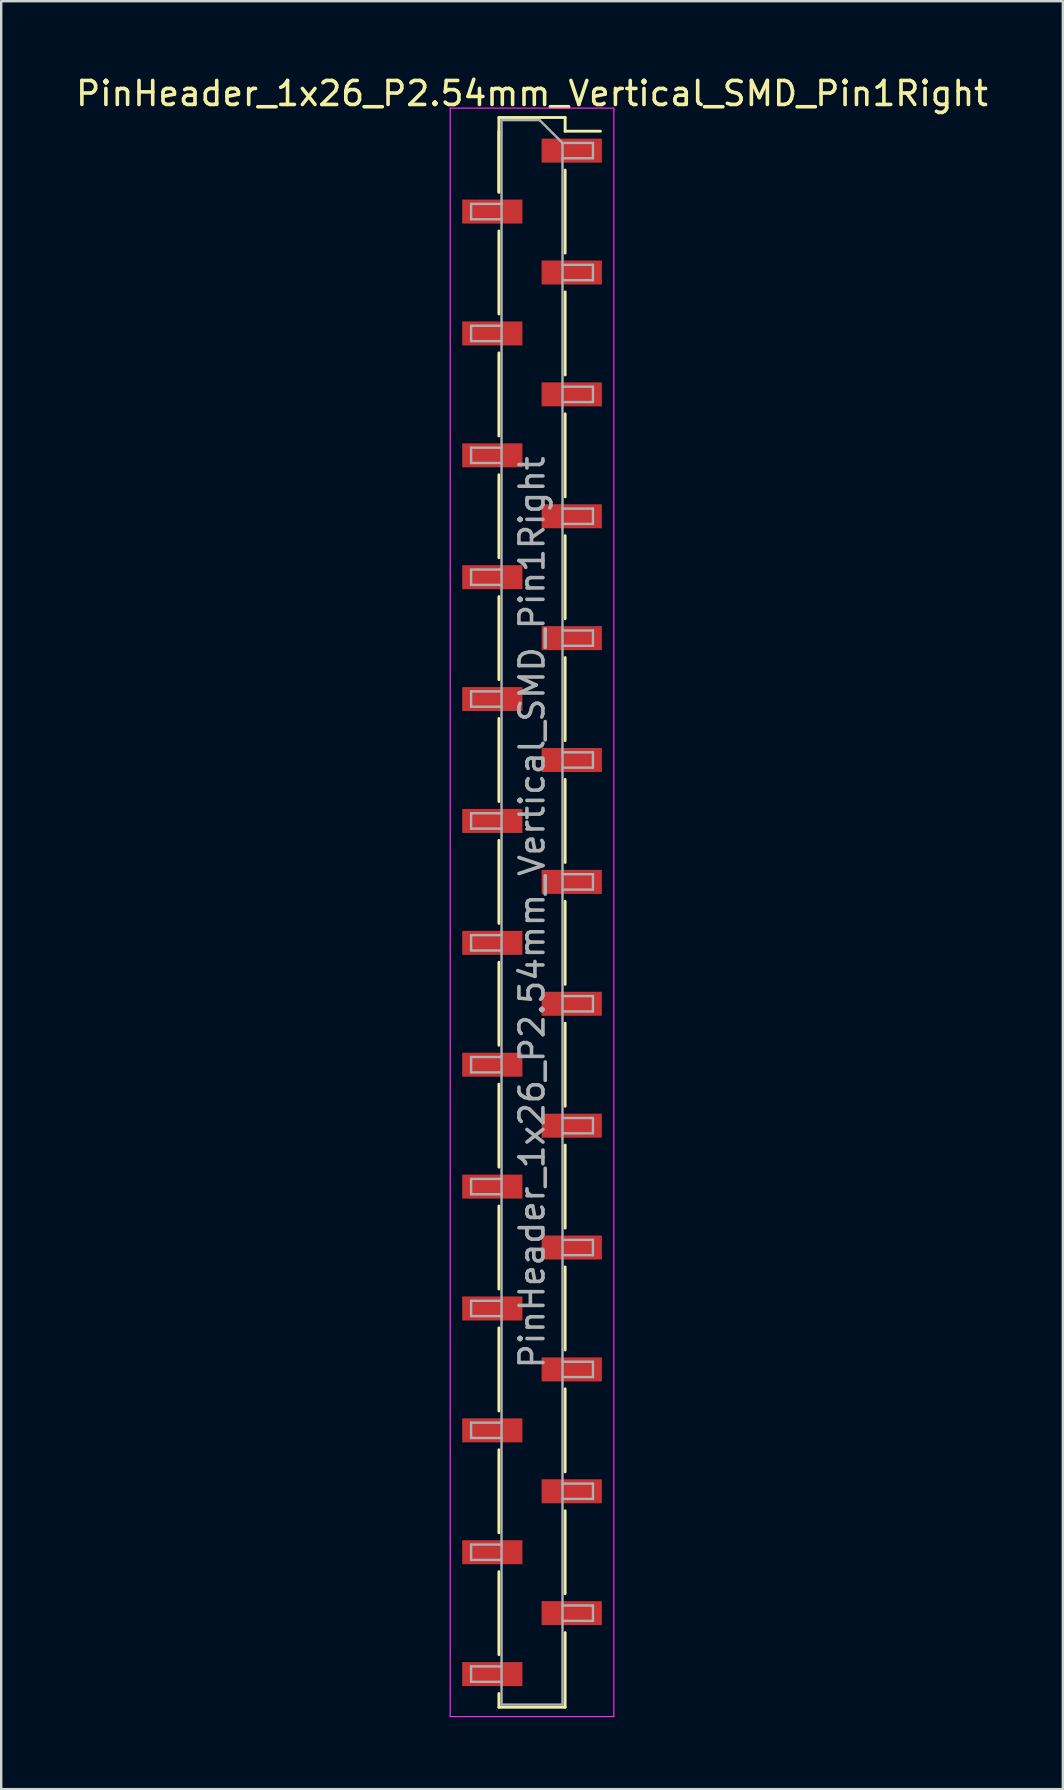
<source format=kicad_pcb>
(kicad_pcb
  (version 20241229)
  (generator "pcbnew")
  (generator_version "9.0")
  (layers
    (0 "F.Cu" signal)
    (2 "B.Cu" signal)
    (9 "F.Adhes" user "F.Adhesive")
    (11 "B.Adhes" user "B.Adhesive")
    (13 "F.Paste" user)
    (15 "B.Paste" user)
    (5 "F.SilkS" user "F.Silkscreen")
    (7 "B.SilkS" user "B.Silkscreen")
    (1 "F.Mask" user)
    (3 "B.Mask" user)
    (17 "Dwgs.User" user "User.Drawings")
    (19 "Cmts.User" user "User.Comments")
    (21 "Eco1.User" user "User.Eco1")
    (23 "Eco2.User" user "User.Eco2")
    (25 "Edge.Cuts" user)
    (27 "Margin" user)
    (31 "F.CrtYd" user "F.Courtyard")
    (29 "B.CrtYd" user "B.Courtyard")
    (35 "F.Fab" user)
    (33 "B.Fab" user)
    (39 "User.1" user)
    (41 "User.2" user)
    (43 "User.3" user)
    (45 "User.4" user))
  (footprint "PinHeader_1x26_P2.54mm_Vertical_SMD_Pin1Right"
    (layer "F.Cu")
    (at 19.125 34.978)
    (property "Reference" "PinHeader_1x26_P2.54mm_Vertical_SMD_Pin1Right" (at 0 -34.13 0) (layer "F.SilkS") (effects (font (size 1 1) (thickness 0.15))))
    (attr smd)
    (fp_line (start -1.38 -33.13) (end -1.38 -30.02) (stroke (width 0.12) (type solid)) (layer "F.SilkS"))
    (fp_line (start -1.38 -33.13) (end 1.38 -33.13) (stroke (width 0.12) (type solid)) (layer "F.SilkS"))
    (fp_line (start -1.38 -32.56) (end -1.38 -30.02) (stroke (width 0.12) (type solid)) (layer "F.SilkS"))
    (fp_line (start -1.38 -28.4) (end -1.38 -24.94) (stroke (width 0.12) (type solid)) (layer "F.SilkS"))
    (fp_line (start -1.38 -23.32) (end -1.38 -19.86) (stroke (width 0.12) (type solid)) (layer "F.SilkS"))
    (fp_line (start -1.38 -18.24) (end -1.38 -14.78) (stroke (width 0.12) (type solid)) (layer "F.SilkS"))
    (fp_line (start -1.38 -13.16) (end -1.38 -9.7) (stroke (width 0.12) (type solid)) (layer "F.SilkS"))
    (fp_line (start -1.38 -8.08) (end -1.38 -4.62) (stroke (width 0.12) (type solid)) (layer "F.SilkS"))
    (fp_line (start -1.38 -3) (end -1.38 0.46) (stroke (width 0.12) (type solid)) (layer "F.SilkS"))
    (fp_line (start -1.38 2.08) (end -1.38 5.54) (stroke (width 0.12) (type solid)) (layer "F.SilkS"))
    (fp_line (start -1.38 7.16) (end -1.38 10.62) (stroke (width 0.12) (type solid)) (layer "F.SilkS"))
    (fp_line (start -1.38 12.24) (end -1.38 15.7) (stroke (width 0.12) (type solid)) (layer "F.SilkS"))
    (fp_line (start -1.38 17.32) (end -1.38 20.78) (stroke (width 0.12) (type solid)) (layer "F.SilkS"))
    (fp_line (start -1.38 22.4) (end -1.38 25.86) (stroke (width 0.12) (type solid)) (layer "F.SilkS"))
    (fp_line (start -1.38 27.48) (end -1.38 30.94) (stroke (width 0.12) (type solid)) (layer "F.SilkS"))
    (fp_line (start -1.38 32.56) (end -1.38 33.13) (stroke (width 0.12) (type solid)) (layer "F.SilkS"))
    (fp_line (start -1.38 33.13) (end 1.38 33.13) (stroke (width 0.12) (type solid)) (layer "F.SilkS"))
    (fp_line (start 1.38 -33.13) (end 1.38 -32.56) (stroke (width 0.12) (type solid)) (layer "F.SilkS"))
    (fp_line (start 1.38 -32.56) (end 2.85 -32.56) (stroke (width 0.12) (type solid)) (layer "F.SilkS"))
    (fp_line (start 1.38 -30.94) (end 1.38 -27.48) (stroke (width 0.12) (type solid)) (layer "F.SilkS"))
    (fp_line (start 1.38 -25.86) (end 1.38 -22.4) (stroke (width 0.12) (type solid)) (layer "F.SilkS"))
    (fp_line (start 1.38 -20.78) (end 1.38 -17.32) (stroke (width 0.12) (type solid)) (layer "F.SilkS"))
    (fp_line (start 1.38 -15.7) (end 1.38 -12.24) (stroke (width 0.12) (type solid)) (layer "F.SilkS"))
    (fp_line (start 1.38 -10.62) (end 1.38 -7.16) (stroke (width 0.12) (type solid)) (layer "F.SilkS"))
    (fp_line (start 1.38 -5.54) (end 1.38 -2.08) (stroke (width 0.12) (type solid)) (layer "F.SilkS"))
    (fp_line (start 1.38 -0.46) (end 1.38 3) (stroke (width 0.12) (type solid)) (layer "F.SilkS"))
    (fp_line (start 1.38 4.62) (end 1.38 8.08) (stroke (width 0.12) (type solid)) (layer "F.SilkS"))
    (fp_line (start 1.38 9.7) (end 1.38 13.16) (stroke (width 0.12) (type solid)) (layer "F.SilkS"))
    (fp_line (start 1.38 14.78) (end 1.38 18.24) (stroke (width 0.12) (type solid)) (layer "F.SilkS"))
    (fp_line (start 1.38 19.86) (end 1.38 23.32) (stroke (width 0.12) (type solid)) (layer "F.SilkS"))
    (fp_line (start 1.38 24.94) (end 1.38 28.4) (stroke (width 0.12) (type solid)) (layer "F.SilkS"))
    (fp_line (start 1.38 30.02) (end 1.38 33.13) (stroke (width 0.12) (type solid)) (layer "F.SilkS"))
    (fp_line (start -3.41 -33.52) (end -3.41 33.52) (stroke (width 0.05) (type solid)) (layer "F.CrtYd"))
    (fp_line (start -3.41 33.52) (end 3.41 33.52) (stroke (width 0.05) (type solid)) (layer "F.CrtYd"))
    (fp_line (start 3.41 -33.52) (end -3.41 -33.52) (stroke (width 0.05) (type solid)) (layer "F.CrtYd"))
    (fp_line (start 3.41 33.52) (end 3.41 -33.52) (stroke (width 0.05) (type solid)) (layer "F.CrtYd"))
    (fp_line (start -2.54 -29.53) (end -2.54 -28.89) (stroke (width 0.1) (type solid)) (layer "F.Fab"))
    (fp_line (start -2.54 -28.89) (end -1.27 -28.89) (stroke (width 0.1) (type solid)) (layer "F.Fab"))
    (fp_line (start -2.54 -24.45) (end -2.54 -23.81) (stroke (width 0.1) (type solid)) (layer "F.Fab"))
    (fp_line (start -2.54 -23.81) (end -1.27 -23.81) (stroke (width 0.1) (type solid)) (layer "F.Fab"))
    (fp_line (start -2.54 -19.37) (end -2.54 -18.73) (stroke (width 0.1) (type solid)) (layer "F.Fab"))
    (fp_line (start -2.54 -18.73) (end -1.27 -18.73) (stroke (width 0.1) (type solid)) (layer "F.Fab"))
    (fp_line (start -2.54 -14.29) (end -2.54 -13.65) (stroke (width 0.1) (type solid)) (layer "F.Fab"))
    (fp_line (start -2.54 -13.65) (end -1.27 -13.65) (stroke (width 0.1) (type solid)) (layer "F.Fab"))
    (fp_line (start -2.54 -9.21) (end -2.54 -8.57) (stroke (width 0.1) (type solid)) (layer "F.Fab"))
    (fp_line (start -2.54 -8.57) (end -1.27 -8.57) (stroke (width 0.1) (type solid)) (layer "F.Fab"))
    (fp_line (start -2.54 -4.13) (end -2.54 -3.49) (stroke (width 0.1) (type solid)) (layer "F.Fab"))
    (fp_line (start -2.54 -3.49) (end -1.27 -3.49) (stroke (width 0.1) (type solid)) (layer "F.Fab"))
    (fp_line (start -2.54 0.95) (end -2.54 1.59) (stroke (width 0.1) (type solid)) (layer "F.Fab"))
    (fp_line (start -2.54 1.59) (end -1.27 1.59) (stroke (width 0.1) (type solid)) (layer "F.Fab"))
    (fp_line (start -2.54 6.03) (end -2.54 6.67) (stroke (width 0.1) (type solid)) (layer "F.Fab"))
    (fp_line (start -2.54 6.67) (end -1.27 6.67) (stroke (width 0.1) (type solid)) (layer "F.Fab"))
    (fp_line (start -2.54 11.11) (end -2.54 11.75) (stroke (width 0.1) (type solid)) (layer "F.Fab"))
    (fp_line (start -2.54 11.75) (end -1.27 11.75) (stroke (width 0.1) (type solid)) (layer "F.Fab"))
    (fp_line (start -2.54 16.19) (end -2.54 16.83) (stroke (width 0.1) (type solid)) (layer "F.Fab"))
    (fp_line (start -2.54 16.83) (end -1.27 16.83) (stroke (width 0.1) (type solid)) (layer "F.Fab"))
    (fp_line (start -2.54 21.27) (end -2.54 21.91) (stroke (width 0.1) (type solid)) (layer "F.Fab"))
    (fp_line (start -2.54 21.91) (end -1.27 21.91) (stroke (width 0.1) (type solid)) (layer "F.Fab"))
    (fp_line (start -2.54 26.35) (end -2.54 26.99) (stroke (width 0.1) (type solid)) (layer "F.Fab"))
    (fp_line (start -2.54 26.99) (end -1.27 26.99) (stroke (width 0.1) (type solid)) (layer "F.Fab"))
    (fp_line (start -2.54 31.43) (end -2.54 32.07) (stroke (width 0.1) (type solid)) (layer "F.Fab"))
    (fp_line (start -2.54 32.07) (end -1.27 32.07) (stroke (width 0.1) (type solid)) (layer "F.Fab"))
    (fp_line (start -1.27 -33.02) (end -1.27 33.02) (stroke (width 0.1) (type solid)) (layer "F.Fab"))
    (fp_line (start -1.27 -33.02) (end 0.32 -33.02) (stroke (width 0.1) (type solid)) (layer "F.Fab"))
    (fp_line (start -1.27 -29.53) (end -2.54 -29.53) (stroke (width 0.1) (type solid)) (layer "F.Fab"))
    (fp_line (start -1.27 -24.45) (end -2.54 -24.45) (stroke (width 0.1) (type solid)) (layer "F.Fab"))
    (fp_line (start -1.27 -19.37) (end -2.54 -19.37) (stroke (width 0.1) (type solid)) (layer "F.Fab"))
    (fp_line (start -1.27 -14.29) (end -2.54 -14.29) (stroke (width 0.1) (type solid)) (layer "F.Fab"))
    (fp_line (start -1.27 -9.21) (end -2.54 -9.21) (stroke (width 0.1) (type solid)) (layer "F.Fab"))
    (fp_line (start -1.27 -4.13) (end -2.54 -4.13) (stroke (width 0.1) (type solid)) (layer "F.Fab"))
    (fp_line (start -1.27 0.95) (end -2.54 0.95) (stroke (width 0.1) (type solid)) (layer "F.Fab"))
    (fp_line (start -1.27 6.03) (end -2.54 6.03) (stroke (width 0.1) (type solid)) (layer "F.Fab"))
    (fp_line (start -1.27 11.11) (end -2.54 11.11) (stroke (width 0.1) (type solid)) (layer "F.Fab"))
    (fp_line (start -1.27 16.19) (end -2.54 16.19) (stroke (width 0.1) (type solid)) (layer "F.Fab"))
    (fp_line (start -1.27 21.27) (end -2.54 21.27) (stroke (width 0.1) (type solid)) (layer "F.Fab"))
    (fp_line (start -1.27 26.35) (end -2.54 26.35) (stroke (width 0.1) (type solid)) (layer "F.Fab"))
    (fp_line (start -1.27 31.43) (end -2.54 31.43) (stroke (width 0.1) (type solid)) (layer "F.Fab"))
    (fp_line (start 1.27 -32.07) (end 0.32 -33.02) (stroke (width 0.1) (type solid)) (layer "F.Fab"))
    (fp_line (start 1.27 -32.07) (end 2.54 -32.07) (stroke (width 0.1) (type solid)) (layer "F.Fab"))
    (fp_line (start 1.27 -26.99) (end 2.54 -26.99) (stroke (width 0.1) (type solid)) (layer "F.Fab"))
    (fp_line (start 1.27 -21.91) (end 2.54 -21.91) (stroke (width 0.1) (type solid)) (layer "F.Fab"))
    (fp_line (start 1.27 -16.83) (end 2.54 -16.83) (stroke (width 0.1) (type solid)) (layer "F.Fab"))
    (fp_line (start 1.27 -11.75) (end 2.54 -11.75) (stroke (width 0.1) (type solid)) (layer "F.Fab"))
    (fp_line (start 1.27 -6.67) (end 2.54 -6.67) (stroke (width 0.1) (type solid)) (layer "F.Fab"))
    (fp_line (start 1.27 -1.59) (end 2.54 -1.59) (stroke (width 0.1) (type solid)) (layer "F.Fab"))
    (fp_line (start 1.27 3.49) (end 2.54 3.49) (stroke (width 0.1) (type solid)) (layer "F.Fab"))
    (fp_line (start 1.27 8.57) (end 2.54 8.57) (stroke (width 0.1) (type solid)) (layer "F.Fab"))
    (fp_line (start 1.27 13.65) (end 2.54 13.65) (stroke (width 0.1) (type solid)) (layer "F.Fab"))
    (fp_line (start 1.27 18.73) (end 2.54 18.73) (stroke (width 0.1) (type solid)) (layer "F.Fab"))
    (fp_line (start 1.27 23.81) (end 2.54 23.81) (stroke (width 0.1) (type solid)) (layer "F.Fab"))
    (fp_line (start 1.27 28.89) (end 2.54 28.89) (stroke (width 0.1) (type solid)) (layer "F.Fab"))
    (fp_line (start 1.27 33.02) (end -1.27 33.02) (stroke (width 0.1) (type solid)) (layer "F.Fab"))
    (fp_line (start 1.27 33.02) (end 1.27 -32.07) (stroke (width 0.1) (type solid)) (layer "F.Fab"))
    (fp_line (start 2.54 -32.07) (end 2.54 -31.43) (stroke (width 0.1) (type solid)) (layer "F.Fab"))
    (fp_line (start 2.54 -31.43) (end 1.27 -31.43) (stroke (width 0.1) (type solid)) (layer "F.Fab"))
    (fp_line (start 2.54 -26.99) (end 2.54 -26.35) (stroke (width 0.1) (type solid)) (layer "F.Fab"))
    (fp_line (start 2.54 -26.35) (end 1.27 -26.35) (stroke (width 0.1) (type solid)) (layer "F.Fab"))
    (fp_line (start 2.54 -21.91) (end 2.54 -21.27) (stroke (width 0.1) (type solid)) (layer "F.Fab"))
    (fp_line (start 2.54 -21.27) (end 1.27 -21.27) (stroke (width 0.1) (type solid)) (layer "F.Fab"))
    (fp_line (start 2.54 -16.83) (end 2.54 -16.19) (stroke (width 0.1) (type solid)) (layer "F.Fab"))
    (fp_line (start 2.54 -16.19) (end 1.27 -16.19) (stroke (width 0.1) (type solid)) (layer "F.Fab"))
    (fp_line (start 2.54 -11.75) (end 2.54 -11.11) (stroke (width 0.1) (type solid)) (layer "F.Fab"))
    (fp_line (start 2.54 -11.11) (end 1.27 -11.11) (stroke (width 0.1) (type solid)) (layer "F.Fab"))
    (fp_line (start 2.54 -6.67) (end 2.54 -6.03) (stroke (width 0.1) (type solid)) (layer "F.Fab"))
    (fp_line (start 2.54 -6.03) (end 1.27 -6.03) (stroke (width 0.1) (type solid)) (layer "F.Fab"))
    (fp_line (start 2.54 -1.59) (end 2.54 -0.95) (stroke (width 0.1) (type solid)) (layer "F.Fab"))
    (fp_line (start 2.54 -0.95) (end 1.27 -0.95) (stroke (width 0.1) (type solid)) (layer "F.Fab"))
    (fp_line (start 2.54 3.49) (end 2.54 4.13) (stroke (width 0.1) (type solid)) (layer "F.Fab"))
    (fp_line (start 2.54 4.13) (end 1.27 4.13) (stroke (width 0.1) (type solid)) (layer "F.Fab"))
    (fp_line (start 2.54 8.57) (end 2.54 9.21) (stroke (width 0.1) (type solid)) (layer "F.Fab"))
    (fp_line (start 2.54 9.21) (end 1.27 9.21) (stroke (width 0.1) (type solid)) (layer "F.Fab"))
    (fp_line (start 2.54 13.65) (end 2.54 14.29) (stroke (width 0.1) (type solid)) (layer "F.Fab"))
    (fp_line (start 2.54 14.29) (end 1.27 14.29) (stroke (width 0.1) (type solid)) (layer "F.Fab"))
    (fp_line (start 2.54 18.73) (end 2.54 19.37) (stroke (width 0.1) (type solid)) (layer "F.Fab"))
    (fp_line (start 2.54 19.37) (end 1.27 19.37) (stroke (width 0.1) (type solid)) (layer "F.Fab"))
    (fp_line (start 2.54 23.81) (end 2.54 24.45) (stroke (width 0.1) (type solid)) (layer "F.Fab"))
    (fp_line (start 2.54 24.45) (end 1.27 24.45) (stroke (width 0.1) (type solid)) (layer "F.Fab"))
    (fp_line (start 2.54 28.89) (end 2.54 29.53) (stroke (width 0.1) (type solid)) (layer "F.Fab"))
    (fp_line (start 2.54 29.53) (end 1.27 29.53) (stroke (width 0.1) (type solid)) (layer "F.Fab"))
    (fp_text user "${REFERENCE}" (at 0 0 90) (layer "F.Fab") (effects (font (size 1 1) (thickness 0.15))))
    (pad "1" smd rect (at 1.655 -31.75) (size 2.51 1) (layers "F.Cu" "F.Mask" "F.Paste"))
    (pad "2" smd rect (at -1.655 -29.21) (size 2.51 1) (layers "F.Cu" "F.Mask" "F.Paste"))
    (pad "3" smd rect (at 1.655 -26.67) (size 2.51 1) (layers "F.Cu" "F.Mask" "F.Paste"))
    (pad "4" smd rect (at -1.655 -24.13) (size 2.51 1) (layers "F.Cu" "F.Mask" "F.Paste"))
    (pad "5" smd rect (at 1.655 -21.59) (size 2.51 1) (layers "F.Cu" "F.Mask" "F.Paste"))
    (pad "6" smd rect (at -1.655 -19.05) (size 2.51 1) (layers "F.Cu" "F.Mask" "F.Paste"))
    (pad "7" smd rect (at 1.655 -16.51) (size 2.51 1) (layers "F.Cu" "F.Mask" "F.Paste"))
    (pad "8" smd rect (at -1.655 -13.97) (size 2.51 1) (layers "F.Cu" "F.Mask" "F.Paste"))
    (pad "9" smd rect (at 1.655 -11.43) (size 2.51 1) (layers "F.Cu" "F.Mask" "F.Paste"))
    (pad "10" smd rect (at -1.655 -8.89) (size 2.51 1) (layers "F.Cu" "F.Mask" "F.Paste"))
    (pad "11" smd rect (at 1.655 -6.35) (size 2.51 1) (layers "F.Cu" "F.Mask" "F.Paste"))
    (pad "12" smd rect (at -1.655 -3.81) (size 2.51 1) (layers "F.Cu" "F.Mask" "F.Paste"))
    (pad "13" smd rect (at 1.655 -1.27) (size 2.51 1) (layers "F.Cu" "F.Mask" "F.Paste"))
    (pad "14" smd rect (at -1.655 1.27) (size 2.51 1) (layers "F.Cu" "F.Mask" "F.Paste"))
    (pad "15" smd rect (at 1.655 3.81) (size 2.51 1) (layers "F.Cu" "F.Mask" "F.Paste"))
    (pad "16" smd rect (at -1.655 6.35) (size 2.51 1) (layers "F.Cu" "F.Mask" "F.Paste"))
    (pad "17" smd rect (at 1.655 8.89) (size 2.51 1) (layers "F.Cu" "F.Mask" "F.Paste"))
    (pad "18" smd rect (at -1.655 11.43) (size 2.51 1) (layers "F.Cu" "F.Mask" "F.Paste"))
    (pad "19" smd rect (at 1.655 13.97) (size 2.51 1) (layers "F.Cu" "F.Mask" "F.Paste"))
    (pad "20" smd rect (at -1.655 16.51) (size 2.51 1) (layers "F.Cu" "F.Mask" "F.Paste"))
    (pad "21" smd rect (at 1.655 19.05) (size 2.51 1) (layers "F.Cu" "F.Mask" "F.Paste"))
    (pad "22" smd rect (at -1.655 21.59) (size 2.51 1) (layers "F.Cu" "F.Mask" "F.Paste"))
    (pad "23" smd rect (at 1.655 24.13) (size 2.51 1) (layers "F.Cu" "F.Mask" "F.Paste"))
    (pad "24" smd rect (at -1.655 26.67) (size 2.51 1) (layers "F.Cu" "F.Mask" "F.Paste"))
    (pad "25" smd rect (at 1.655 29.21) (size 2.51 1) (layers "F.Cu" "F.Mask" "F.Paste"))
    (pad "26" smd rect (at -1.655 31.75) (size 2.51 1) (layers "F.Cu" "F.Mask" "F.Paste")))
  (gr_rect
    (start -3 -3)
    (end 41.25 71.523)
    (stroke (width 0.1) (type default))
    (fill no)
    (layer "Edge.Cuts")))
</source>
